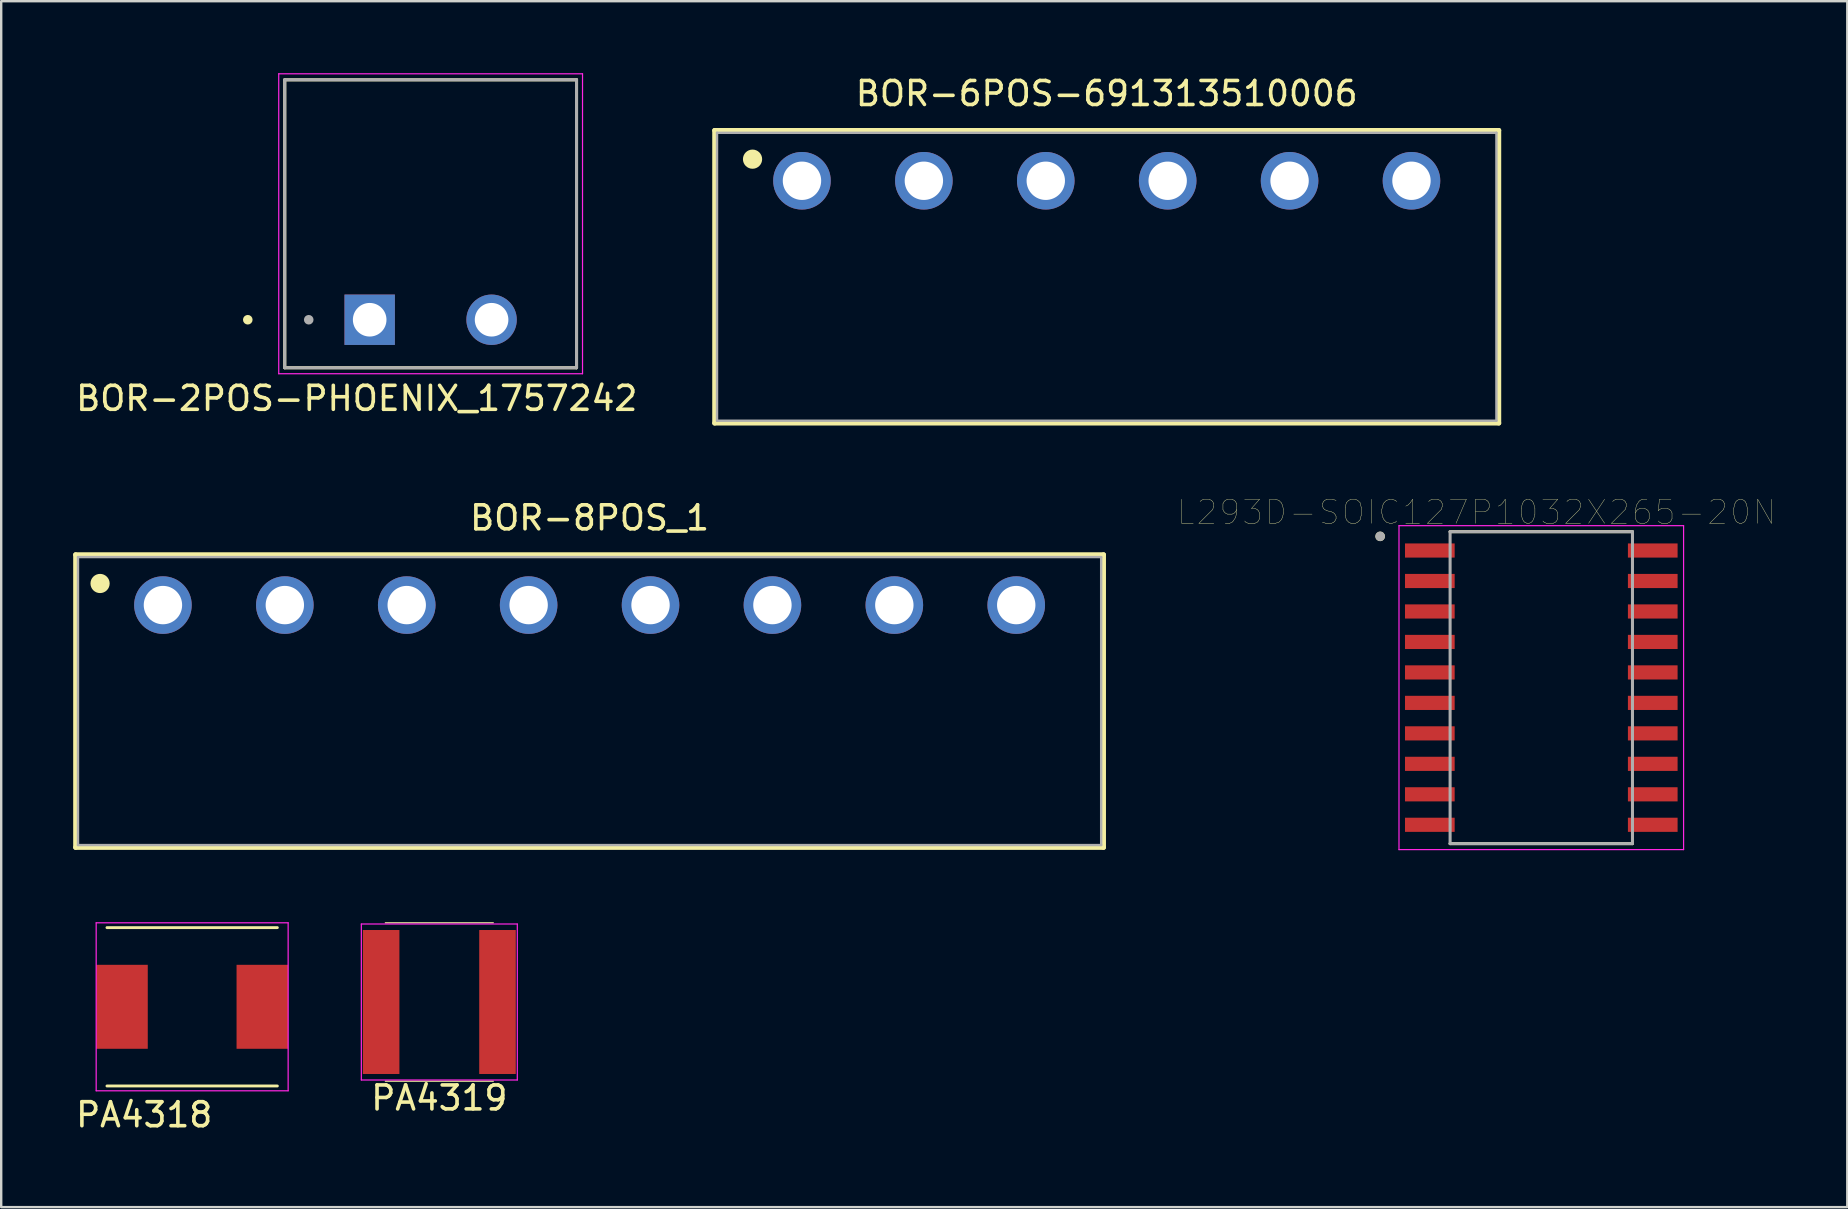
<source format=kicad_pcb>
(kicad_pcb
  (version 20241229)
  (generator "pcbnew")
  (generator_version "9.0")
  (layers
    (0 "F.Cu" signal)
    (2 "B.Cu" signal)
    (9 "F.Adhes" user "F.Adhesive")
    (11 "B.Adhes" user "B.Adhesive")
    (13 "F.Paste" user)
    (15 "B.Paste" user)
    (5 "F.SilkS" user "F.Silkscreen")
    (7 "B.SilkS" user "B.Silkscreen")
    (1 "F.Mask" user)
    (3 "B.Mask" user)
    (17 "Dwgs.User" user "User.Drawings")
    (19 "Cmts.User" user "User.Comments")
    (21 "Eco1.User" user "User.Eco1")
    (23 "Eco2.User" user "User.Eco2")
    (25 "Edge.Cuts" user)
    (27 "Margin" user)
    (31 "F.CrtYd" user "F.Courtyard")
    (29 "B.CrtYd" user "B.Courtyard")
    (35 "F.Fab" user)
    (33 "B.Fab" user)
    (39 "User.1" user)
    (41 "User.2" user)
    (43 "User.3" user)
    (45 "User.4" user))
  (footprint "L293D-SOIC127P1032X265-20N"
    (layer "F.Cu")
    (at 61.181 25.607)
    (property "Reference" "L293D-SOIC127P1032X265-20N" (at -2.695 -7.312 0) (layer "F.SilkS") (effects (font (size 1 1) (thickness 0.015))))
    (attr through_hole)
    (fp_line (start -3.8 -6.5) (end 3.8 -6.5) (stroke (width 0.127) (type solid)) (layer "F.SilkS"))
    (fp_line (start -3.8 6.5) (end 3.8 6.5) (stroke (width 0.127) (type solid)) (layer "F.SilkS"))
    (fp_circle (center -6.715 -6.305) (end -6.615 -6.305) (stroke (width 0.2) (type solid)) (fill no) (layer "F.SilkS"))
    (fp_line (start -5.93 -6.75) (end -5.93 6.75) (stroke (width 0.05) (type solid)) (layer "F.CrtYd"))
    (fp_line (start -5.93 -6.75) (end 5.93 -6.75) (stroke (width 0.05) (type solid)) (layer "F.CrtYd"))
    (fp_line (start -5.93 6.75) (end 5.93 6.75) (stroke (width 0.05) (type solid)) (layer "F.CrtYd"))
    (fp_line (start 5.93 -6.75) (end 5.93 6.75) (stroke (width 0.05) (type solid)) (layer "F.CrtYd"))
    (fp_line (start -3.8 -6.5) (end -3.8 6.5) (stroke (width 0.127) (type solid)) (layer "F.Fab"))
    (fp_line (start -3.8 -6.5) (end 3.8 -6.5) (stroke (width 0.127) (type solid)) (layer "F.Fab"))
    (fp_line (start -3.8 6.5) (end 3.8 6.5) (stroke (width 0.127) (type solid)) (layer "F.Fab"))
    (fp_line (start 3.8 -6.5) (end 3.8 6.5) (stroke (width 0.127) (type solid)) (layer "F.Fab"))
    (fp_circle (center -6.715 -6.305) (end -6.615 -6.305) (stroke (width 0.2) (type solid)) (fill no) (layer "F.Fab"))
    (pad "1" smd rect (at -4.645 -5.715) (size 2.07 0.59) (layers "F.Cu" "F.Mask" "F.Paste"))
    (pad "2" smd rect (at -4.645 -4.445) (size 2.07 0.59) (layers "F.Cu" "F.Mask" "F.Paste"))
    (pad "3" smd rect (at -4.645 -3.175) (size 2.07 0.59) (layers "F.Cu" "F.Mask" "F.Paste"))
    (pad "4" smd rect (at -4.645 -1.905) (size 2.07 0.59) (layers "F.Cu" "F.Mask" "F.Paste"))
    (pad "5" smd rect (at -4.645 -0.635) (size 2.07 0.59) (layers "F.Cu" "F.Mask" "F.Paste"))
    (pad "6" smd rect (at -4.645 0.635) (size 2.07 0.59) (layers "F.Cu" "F.Mask" "F.Paste"))
    (pad "7" smd rect (at -4.645 1.905) (size 2.07 0.59) (layers "F.Cu" "F.Mask" "F.Paste"))
    (pad "8" smd rect (at -4.645 3.175) (size 2.07 0.59) (layers "F.Cu" "F.Mask" "F.Paste"))
    (pad "9" smd rect (at -4.645 4.445) (size 2.07 0.59) (layers "F.Cu" "F.Mask" "F.Paste"))
    (pad "10" smd rect (at -4.645 5.715) (size 2.07 0.59) (layers "F.Cu" "F.Mask" "F.Paste"))
    (pad "11" smd rect (at 4.645 5.715) (size 2.07 0.59) (layers "F.Cu" "F.Mask" "F.Paste"))
    (pad "12" smd rect (at 4.645 4.445) (size 2.07 0.59) (layers "F.Cu" "F.Mask" "F.Paste"))
    (pad "13" smd rect (at 4.645 3.175) (size 2.07 0.59) (layers "F.Cu" "F.Mask" "F.Paste"))
    (pad "14" smd rect (at 4.645 1.905) (size 2.07 0.59) (layers "F.Cu" "F.Mask" "F.Paste"))
    (pad "15" smd rect (at 4.645 0.635) (size 2.07 0.59) (layers "F.Cu" "F.Mask" "F.Paste"))
    (pad "16" smd rect (at 4.645 -0.635) (size 2.07 0.59) (layers "F.Cu" "F.Mask" "F.Paste"))
    (pad "17" smd rect (at 4.645 -1.905) (size 2.07 0.59) (layers "F.Cu" "F.Mask" "F.Paste"))
    (pad "18" smd rect (at 4.645 -3.175) (size 2.07 0.59) (layers "F.Cu" "F.Mask" "F.Paste"))
    (pad "19" smd rect (at 4.645 -4.445) (size 2.07 0.59) (layers "F.Cu" "F.Mask" "F.Paste"))
    (pad "20" smd rect (at 4.645 -5.715) (size 2.07 0.59) (layers "F.Cu" "F.Mask" "F.Paste")))
  (footprint "BOR-6POS-691313510006"
    (layer "F.Cu")
    (at 43.071 4.483)
    (property "Reference" "BOR-6POS-691313510006" (at 0 -3.635 0) (layer "F.SilkS") (effects (font (size 1 1) (thickness 0.15))))
    (attr through_hole)
    (fp_line (start -16.34 -2.1) (end 16.34 -2.1) (stroke (width 0.2) (type solid)) (layer "F.SilkS"))
    (fp_line (start -16.34 10.1) (end -16.34 -2.1) (stroke (width 0.2) (type solid)) (layer "F.SilkS"))
    (fp_line (start 16.34 -2.1) (end 16.34 10.1) (stroke (width 0.2) (type solid)) (layer "F.SilkS"))
    (fp_line (start 16.34 10.1) (end -16.34 10.1) (stroke (width 0.2) (type solid)) (layer "F.SilkS"))
    (fp_circle (center -14.76 -0.9) (end -14.56 -0.9) (stroke (width 0.4) (type solid)) (fill no) (layer "F.SilkS"))
    (fp_line (start -16.24 -2) (end -16.24 10) (stroke (width 0.1) (type solid)) (layer "F.Fab"))
    (fp_line (start -16.24 10) (end 16.24 10) (stroke (width 0.1) (type solid)) (layer "F.Fab"))
    (fp_line (start 16.24 -2) (end -16.24 -2) (stroke (width 0.1) (type solid)) (layer "F.Fab"))
    (fp_line (start 16.24 10) (end 16.24 -2) (stroke (width 0.1) (type solid)) (layer "F.Fab"))
    (pad "1" thru_hole circle (at -12.7 0) (size 2.4 2.4) (drill 1.6) (layers "*.Cu" "*.Mask"))
    (pad "2" thru_hole circle (at -7.62 0) (size 2.4 2.4) (drill 1.6) (layers "*.Cu" "*.Mask"))
    (pad "3" thru_hole circle (at -2.54 0) (size 2.4 2.4) (drill 1.6) (layers "*.Cu" "*.Mask"))
    (pad "4" thru_hole circle (at 2.54 0) (size 2.4 2.4) (drill 1.6) (layers "*.Cu" "*.Mask"))
    (pad "5" thru_hole circle (at 7.62 0) (size 2.4 2.4) (drill 1.6) (layers "*.Cu" "*.Mask"))
    (pad "6" thru_hole circle (at 12.7 0) (size 2.4 2.4) (drill 1.6) (layers "*.Cu" "*.Mask")))
  (footprint "BOR-8POS_1"
    (layer "F.Cu")
    (at 21.52 22.166)
    (property "Reference" "BOR-8POS_1" (at 0 -3.635 0) (layer "F.SilkS") (effects (font (size 1 1) (thickness 0.15))))
    (attr through_hole)
    (fp_line (start -21.42 -2.1) (end 21.42 -2.1) (stroke (width 0.2) (type solid)) (layer "F.SilkS"))
    (fp_line (start -21.42 10.1) (end -21.42 -2.1) (stroke (width 0.2) (type solid)) (layer "F.SilkS"))
    (fp_line (start 21.42 -2.1) (end 21.42 10.1) (stroke (width 0.2) (type solid)) (layer "F.SilkS"))
    (fp_line (start 21.42 10.1) (end -21.42 10.1) (stroke (width 0.2) (type solid)) (layer "F.SilkS"))
    (fp_circle (center -20.4 -0.9) (end -20.2 -0.9) (stroke (width 0.4) (type solid)) (fill no) (layer "F.SilkS"))
    (fp_line (start -21.32 -2) (end -21.32 10) (stroke (width 0.1) (type solid)) (layer "F.Fab"))
    (fp_line (start -21.32 10) (end 21.32 10) (stroke (width 0.1) (type solid)) (layer "F.Fab"))
    (fp_line (start 21.32 -2) (end -21.32 -2) (stroke (width 0.1) (type solid)) (layer "F.Fab"))
    (fp_line (start 21.32 10) (end 21.32 -2) (stroke (width 0.1) (type solid)) (layer "F.Fab"))
    (pad "1" thru_hole circle (at -17.78 0) (size 2.4 2.4) (drill 1.6) (layers "*.Cu" "*.Mask"))
    (pad "2" thru_hole circle (at -12.7 0) (size 2.4 2.4) (drill 1.6) (layers "*.Cu" "*.Mask"))
    (pad "3" thru_hole circle (at -7.62 0) (size 2.4 2.4) (drill 1.6) (layers "*.Cu" "*.Mask"))
    (pad "4" thru_hole circle (at -2.54 0) (size 2.4 2.4) (drill 1.6) (layers "*.Cu" "*.Mask"))
    (pad "5" thru_hole circle (at 2.54 0) (size 2.4 2.4) (drill 1.6) (layers "*.Cu" "*.Mask"))
    (pad "6" thru_hole circle (at 7.62 0) (size 2.4 2.4) (drill 1.6) (layers "*.Cu" "*.Mask"))
    (pad "7" thru_hole circle (at 12.7 0) (size 2.4 2.4) (drill 1.6) (layers "*.Cu" "*.Mask"))
    (pad "8" thru_hole circle (at 17.78 0) (size 2.4 2.4) (drill 1.6) (layers "*.Cu" "*.Mask")))
  (footprint "BOR-2POS-PHOENIX_1757242"
    (layer "F.Cu")
    (at 14.896 6.275)
    (property "Reference" "BOR-2POS-PHOENIX_1757242" (at -3.08 7.277 0) (layer "F.SilkS") (effects (font (size 1 1) (thickness 0.15))))
    (attr through_hole)
    (fp_line (start -6.08 -6) (end 6.08 -6) (stroke (width 0.127) (type solid)) (layer "F.SilkS"))
    (fp_line (start -6.08 6) (end -6.08 -6) (stroke (width 0.127) (type solid)) (layer "F.SilkS"))
    (fp_line (start 6.08 -6) (end 6.08 6) (stroke (width 0.127) (type solid)) (layer "F.SilkS"))
    (fp_line (start 6.08 6) (end -6.08 6) (stroke (width 0.127) (type solid)) (layer "F.SilkS"))
    (fp_circle (center -7.62 4) (end -7.52 4) (stroke (width 0.2) (type solid)) (fill no) (layer "F.SilkS"))
    (fp_line (start -6.33 -6.25) (end 6.33 -6.25) (stroke (width 0.05) (type solid)) (layer "F.CrtYd"))
    (fp_line (start -6.33 6.25) (end -6.33 -6.25) (stroke (width 0.05) (type solid)) (layer "F.CrtYd"))
    (fp_line (start 6.33 -6.25) (end 6.33 6.25) (stroke (width 0.05) (type solid)) (layer "F.CrtYd"))
    (fp_line (start 6.33 6.25) (end -6.33 6.25) (stroke (width 0.05) (type solid)) (layer "F.CrtYd"))
    (fp_line (start -6.08 -6) (end 6.08 -6) (stroke (width 0.127) (type solid)) (layer "F.Fab"))
    (fp_line (start -6.08 6) (end -6.08 -6) (stroke (width 0.127) (type solid)) (layer "F.Fab"))
    (fp_line (start 6.08 -6) (end 6.08 6) (stroke (width 0.127) (type solid)) (layer "F.Fab"))
    (fp_line (start 6.08 6) (end -6.08 6) (stroke (width 0.127) (type solid)) (layer "F.Fab"))
    (fp_circle (center -5.08 4) (end -4.98 4) (stroke (width 0.2) (type solid)) (fill no) (layer "F.Fab"))
    (pad "1" thru_hole rect (at -2.54 4) (size 2.1 2.1) (drill 1.4) (layers "*.Cu" "*.Mask"))
    (pad "2" thru_hole circle (at 2.54 4) (size 2.1 2.1) (drill 1.4) (layers "*.Cu" "*.Mask")))
  (footprint "PA4319"
    (layer "F.Cu")
    (at 15.258 38.707)
    (property "Reference" "PA4319" (at 0 4 0) (layer "F.SilkS") (effects (font (size 1 1) (thickness 0.15))))
    (attr through_hole)
    (fp_line (start -2.25 -3.3) (end 2.25 -3.3) (stroke (width 0.05) (type solid)) (layer "F.SilkS"))
    (fp_line (start -2.25 3.3) (end 2.25 3.3) (stroke (width 0.05) (type solid)) (layer "F.SilkS"))
    (fp_line (start -3.25 -3.25) (end 3.25 -3.25) (stroke (width 0.05) (type solid)) (layer "F.CrtYd"))
    (fp_line (start -3.25 3.25) (end -3.25 -3.25) (stroke (width 0.05) (type solid)) (layer "F.CrtYd"))
    (fp_line (start 3.25 -3.25) (end 3.25 3.25) (stroke (width 0.05) (type solid)) (layer "F.CrtYd"))
    (fp_line (start 3.25 3.25) (end -3.25 3.25) (stroke (width 0.05) (type solid)) (layer "F.CrtYd"))
    (pad "1" smd rect (at -2.425 0) (size 1.524 6) (layers "F.Cu" "F.Mask" "F.Paste"))
    (pad "2" smd rect (at 2.425 0) (size 1.524 6) (layers "F.Cu" "F.Mask" "F.Paste")))
  (footprint "PA4318"
    (layer "F.Cu")
    (at 4.958 38.907)
    (property "Reference" "PA4318" (at -2 4.5 0) (layer "F.SilkS") (effects (font (size 1 1) (thickness 0.15))))
    (attr through_hole)
    (fp_line (start -3.55 -3.3) (end 3.55 -3.3) (stroke (width 0.12) (type solid)) (layer "F.SilkS"))
    (fp_line (start 3.55 3.3) (end -3.55 3.3) (stroke (width 0.12) (type solid)) (layer "F.SilkS"))
    (fp_line (start -4 -3.5) (end 4 -3.5) (stroke (width 0.05) (type solid)) (layer "F.CrtYd"))
    (fp_line (start -4 3.5) (end -4 -3.5) (stroke (width 0.05) (type solid)) (layer "F.CrtYd"))
    (fp_line (start 4 -3.5) (end 4 3.5) (stroke (width 0.05) (type solid)) (layer "F.CrtYd"))
    (fp_line (start 4 3.5) (end -4 3.5) (stroke (width 0.05) (type solid)) (layer "F.CrtYd"))
    (pad "1" smd rect (at -2.925 0) (size 2.15 3.5) (layers "F.Cu" "F.Mask" "F.Paste"))
    (pad "2" smd rect (at 2.925 0) (size 2.15 3.5) (layers "F.Cu" "F.Mask" "F.Paste")))
  (gr_rect
    (start -3 -3)
    (end 73.933 47.255)
    (stroke (width 0.1) (type default))
    (fill no)
    (layer "Edge.Cuts")))
</source>
